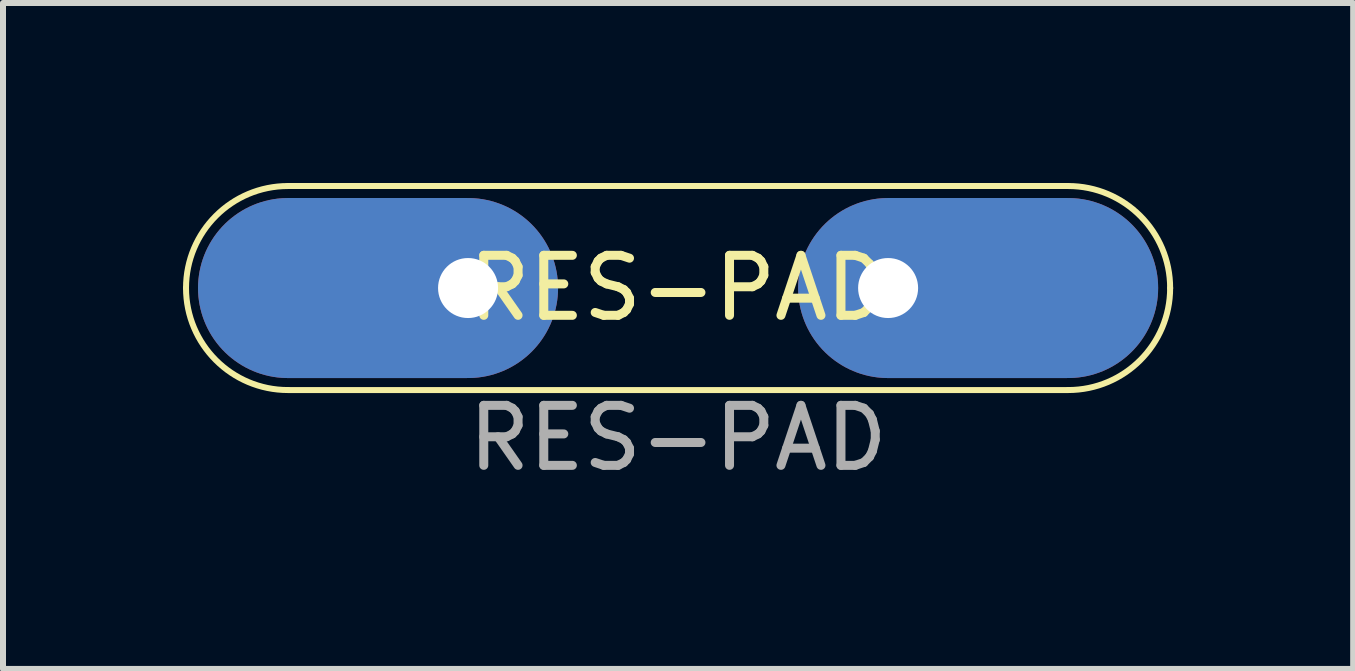
<source format=kicad_pcb>
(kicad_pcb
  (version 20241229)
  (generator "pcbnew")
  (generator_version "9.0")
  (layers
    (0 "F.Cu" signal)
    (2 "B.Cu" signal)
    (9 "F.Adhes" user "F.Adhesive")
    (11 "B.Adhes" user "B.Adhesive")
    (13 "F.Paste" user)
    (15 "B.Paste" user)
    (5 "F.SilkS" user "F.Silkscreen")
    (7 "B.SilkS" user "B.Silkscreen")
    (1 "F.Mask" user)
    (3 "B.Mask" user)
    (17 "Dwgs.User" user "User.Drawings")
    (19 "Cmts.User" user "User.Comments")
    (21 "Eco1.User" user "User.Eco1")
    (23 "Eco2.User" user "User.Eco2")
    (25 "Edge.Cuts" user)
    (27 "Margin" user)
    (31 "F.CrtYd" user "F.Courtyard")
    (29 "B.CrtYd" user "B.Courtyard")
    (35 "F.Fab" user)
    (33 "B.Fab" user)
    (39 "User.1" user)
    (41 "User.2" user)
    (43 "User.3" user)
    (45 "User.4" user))
  (footprint "RES-PAD"
    (layer "F.Cu")
    (at 8.25 1.75)
    (property "Reference" "RES-PAD" (at 0 0 0) (unlocked yes) (layer "F.SilkS") (effects (font (size 1 1) (thickness 0.15))))
    (attr smd)
    (fp_line (start -6.5 -1.7) (end 6.5 -1.7) (stroke (width 0.1) (type default)) (layer "F.SilkS"))
    (fp_line (start 6.5 1.7) (end -6.5 1.7) (stroke (width 0.1) (type default)) (layer "F.SilkS"))
    (fp_arc (start -8.2 0) (mid -7.702082 -1.202082) (end -6.5 -1.7) (stroke (width 0.1) (type default)) (layer "F.SilkS"))
    (fp_arc (start -6.5 1.7) (mid -7.702082 1.202082) (end -8.2 0) (stroke (width 0.1) (type default)) (layer "F.SilkS"))
    (fp_arc (start 6.5 -1.7) (mid 7.702082 -1.202082) (end 8.2 0) (stroke (width 0.1) (type default)) (layer "F.SilkS"))
    (fp_arc (start 8.2 0) (mid 7.702082 1.202082) (end 6.5 1.7) (stroke (width 0.1) (type default)) (layer "F.SilkS"))
    (fp_text user "${REFERENCE}" (at 0 2.5 0) (unlocked yes) (layer "F.Fab") (effects (font (size 1 1) (thickness 0.15))))
    (pad "A" thru_hole oval (at -3.5 0 180) (size 6 3) (drill 1 (offset 1.5 0)) (layers "*.Cu" "*.Mask"))
    (pad "B" thru_hole oval (at 3.5 0) (size 6 3) (drill 1 (offset 1.5 0)) (layers "*.Cu" "*.Mask")))
  (gr_rect
    (start -3 -3)
    (end 19.5 8.098)
    (stroke (width 0.1) (type default))
    (fill no)
    (layer "Edge.Cuts")))
</source>
